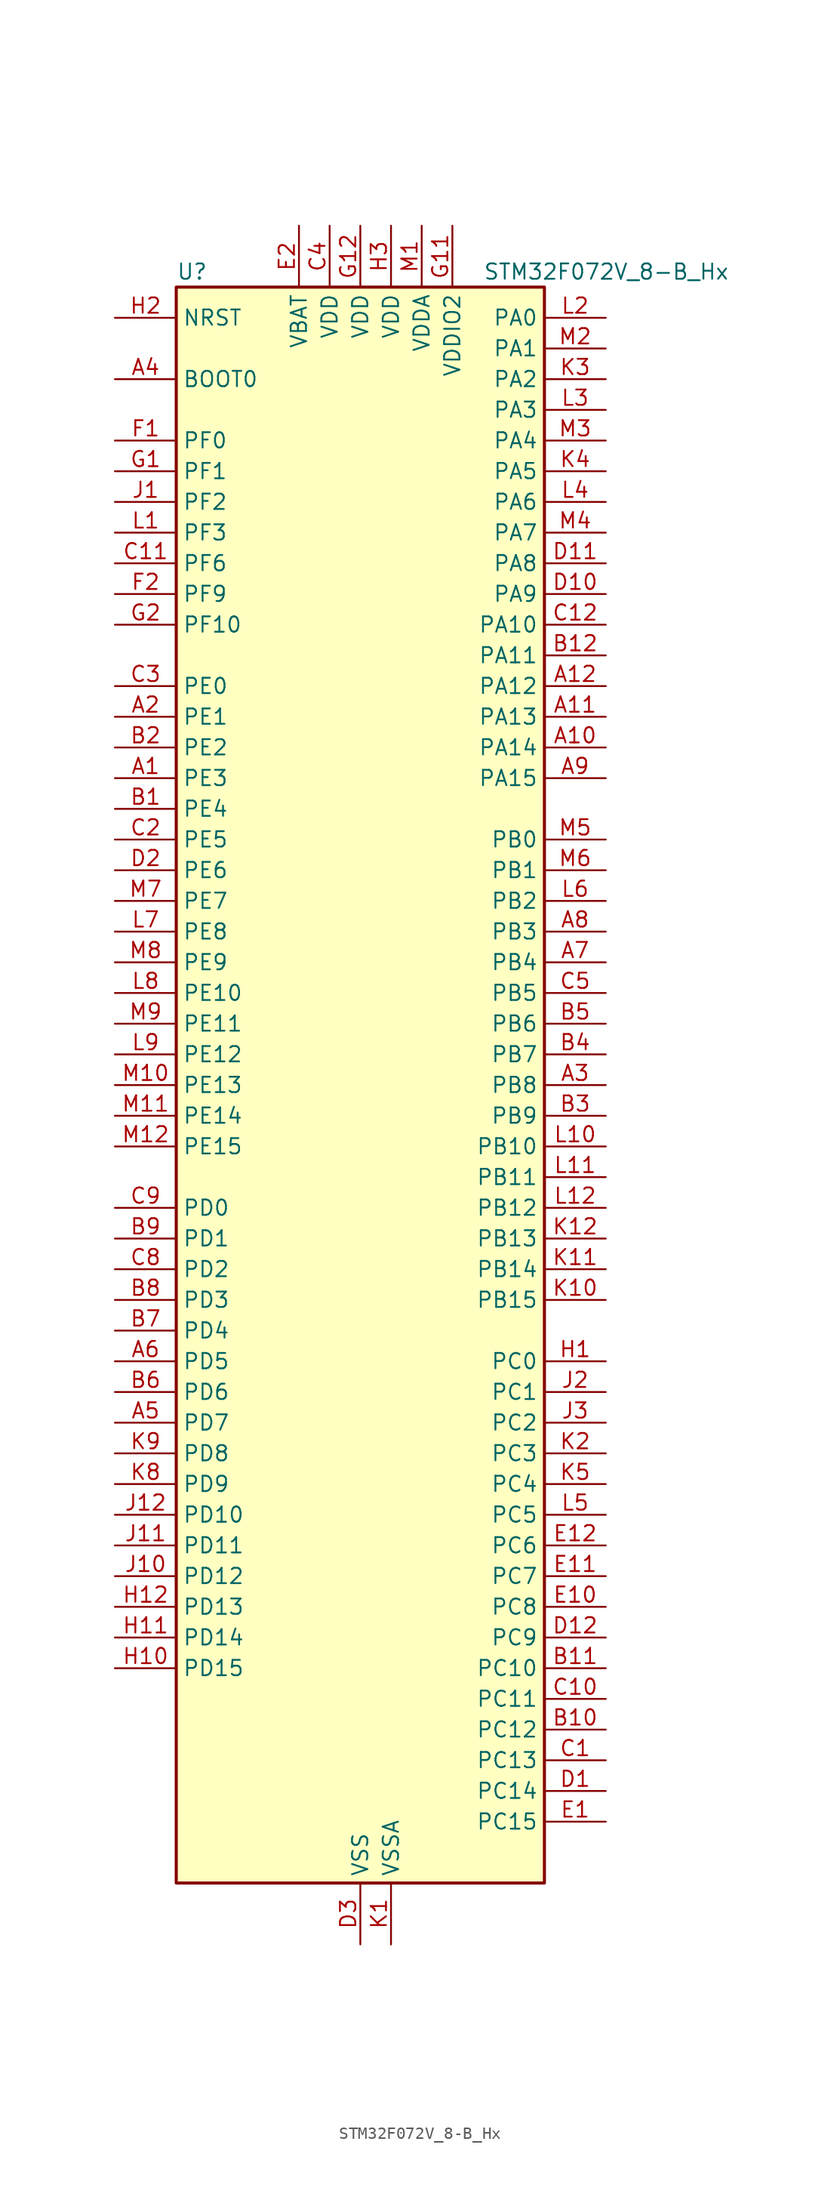
<source format=kicad_sym>
(kicad_symbol_lib
  (version 20220914)
  (generator kicad_symbol_editor)
  (symbol "STM32F072V_8-B_Hx"
    (property "Reference" "U"
      (at -15.24 67.31 0)
      (effects (font (size 1.27 1.27)) (justify left)))
    (property "Value" "STM32F072V_8-B_Hx"
      (at 10.16 67.31 0)
      (effects (font (size 1.27 1.27)) (justify left)))
    (property "ki_locked" ""
      (at 0 0 0)
      (effects (font (size 1.27 1.27))))
    (symbol "STM32F072V_8-B_Hx_0_1"
      (rectangle (start -15.24 -66.04) (end 15.24 66.04) (stroke (width 0.254) (type default)) (fill (type background))))
    (symbol "STM32F072V_8-B_Hx_1_1"
      (pin bidirectional line (at -20.32 25.4 0) (length 5.08) (name "PE3" (effects (font (size 1.27 1.27)))) (number "A1" (effects (font (size 1.27 1.27)))) (alternate "TIM3_CH1" bidirectional line) (alternate "TSC_G7_IO2" bidirectional line))
      (pin bidirectional line (at 20.32 27.94 180) (length 5.08) (name "PA14" (effects (font (size 1.27 1.27)))) (number "A10" (effects (font (size 1.27 1.27)))) (alternate "SYS_SWCLK" bidirectional line) (alternate "USART2_TX" bidirectional line))
      (pin bidirectional line (at 20.32 30.48 180) (length 5.08) (name "PA13" (effects (font (size 1.27 1.27)))) (number "A11" (effects (font (size 1.27 1.27)))) (alternate "IR_OUT" bidirectional line) (alternate "SYS_SWDIO" bidirectional line) (alternate "USB_NOE" bidirectional line))
      (pin bidirectional line (at 20.32 33.02 180) (length 5.08) (name "PA12" (effects (font (size 1.27 1.27)))) (number "A12" (effects (font (size 1.27 1.27)))) (alternate "CAN_TX" bidirectional line) (alternate "COMP2_OUT" bidirectional line) (alternate "TIM1_ETR" bidirectional line) (alternate "TSC_G4_IO4" bidirectional line) (alternate "USART1_DE" bidirectional line) (alternate "USART1_RTS" bidirectional line) (alternate "USB_DP" bidirectional line))
      (pin bidirectional line (at -20.32 30.48 0) (length 5.08) (name "PE1" (effects (font (size 1.27 1.27)))) (number "A2" (effects (font (size 1.27 1.27)))) (alternate "TIM17_CH1" bidirectional line))
      (pin bidirectional line (at 20.32 0 180) (length 5.08) (name "PB8" (effects (font (size 1.27 1.27)))) (number "A3" (effects (font (size 1.27 1.27)))) (alternate "CAN_RX" bidirectional line) (alternate "CEC" bidirectional line) (alternate "I2C1_SCL" bidirectional line) (alternate "TIM16_CH1" bidirectional line) (alternate "TSC_SYNC" bidirectional line))
      (pin input line (at -20.32 58.42 0) (length 5.08) (name "BOOT0" (effects (font (size 1.27 1.27)))) (number "A4" (effects (font (size 1.27 1.27)))))
      (pin bidirectional line (at -20.32 -27.94 0) (length 5.08) (name "PD7" (effects (font (size 1.27 1.27)))) (number "A5" (effects (font (size 1.27 1.27)))) (alternate "USART2_CK" bidirectional line))
      (pin bidirectional line (at -20.32 -22.86 0) (length 5.08) (name "PD5" (effects (font (size 1.27 1.27)))) (number "A6" (effects (font (size 1.27 1.27)))) (alternate "USART2_TX" bidirectional line))
      (pin bidirectional line (at 20.32 10.16 180) (length 5.08) (name "PB4" (effects (font (size 1.27 1.27)))) (number "A7" (effects (font (size 1.27 1.27)))) (alternate "I2S1_MCK" bidirectional line) (alternate "SPI1_MISO" bidirectional line) (alternate "TIM17_BKIN" bidirectional line) (alternate "TIM3_CH1" bidirectional line) (alternate "TSC_G5_IO2" bidirectional line))
      (pin bidirectional line (at 20.32 12.7 180) (length 5.08) (name "PB3" (effects (font (size 1.27 1.27)))) (number "A8" (effects (font (size 1.27 1.27)))) (alternate "I2S1_CK" bidirectional line) (alternate "SPI1_SCK" bidirectional line) (alternate "TIM2_CH2" bidirectional line) (alternate "TSC_G5_IO1" bidirectional line))
      (pin bidirectional line (at 20.32 25.4 180) (length 5.08) (name "PA15" (effects (font (size 1.27 1.27)))) (number "A9" (effects (font (size 1.27 1.27)))) (alternate "I2S1_WS" bidirectional line) (alternate "SPI1_NSS" bidirectional line) (alternate "TIM2_CH1" bidirectional line) (alternate "TIM2_ETR" bidirectional line) (alternate "USART2_RX" bidirectional line) (alternate "USART4_DE" bidirectional line) (alternate "USART4_RTS" bidirectional line))
      (pin bidirectional line (at -20.32 22.86 0) (length 5.08) (name "PE4" (effects (font (size 1.27 1.27)))) (number "B1" (effects (font (size 1.27 1.27)))) (alternate "TIM3_CH2" bidirectional line) (alternate "TSC_G7_IO3" bidirectional line))
      (pin bidirectional line (at 20.32 -53.34 180) (length 5.08) (name "PC12" (effects (font (size 1.27 1.27)))) (number "B10" (effects (font (size 1.27 1.27)))) (alternate "USART3_CK" bidirectional line) (alternate "USART4_CK" bidirectional line))
      (pin bidirectional line (at 20.32 -48.26 180) (length 5.08) (name "PC10" (effects (font (size 1.27 1.27)))) (number "B11" (effects (font (size 1.27 1.27)))) (alternate "USART3_TX" bidirectional line) (alternate "USART4_TX" bidirectional line))
      (pin bidirectional line (at 20.32 35.56 180) (length 5.08) (name "PA11" (effects (font (size 1.27 1.27)))) (number "B12" (effects (font (size 1.27 1.27)))) (alternate "CAN_RX" bidirectional line) (alternate "COMP1_OUT" bidirectional line) (alternate "TIM1_CH4" bidirectional line) (alternate "TSC_G4_IO3" bidirectional line) (alternate "USART1_CTS" bidirectional line) (alternate "USB_DM" bidirectional line))
      (pin bidirectional line (at -20.32 27.94 0) (length 5.08) (name "PE2" (effects (font (size 1.27 1.27)))) (number "B2" (effects (font (size 1.27 1.27)))) (alternate "TIM3_ETR" bidirectional line) (alternate "TSC_G7_IO1" bidirectional line))
      (pin bidirectional line (at 20.32 -2.54 180) (length 5.08) (name "PB9" (effects (font (size 1.27 1.27)))) (number "B3" (effects (font (size 1.27 1.27)))) (alternate "CAN_TX" bidirectional line) (alternate "DAC_EXTI9" bidirectional line) (alternate "I2C1_SDA" bidirectional line) (alternate "I2S2_WS" bidirectional line) (alternate "IR_OUT" bidirectional line) (alternate "SPI2_NSS" bidirectional line) (alternate "TIM17_CH1" bidirectional line))
      (pin bidirectional line (at 20.32 2.54 180) (length 5.08) (name "PB7" (effects (font (size 1.27 1.27)))) (number "B4" (effects (font (size 1.27 1.27)))) (alternate "I2C1_SDA" bidirectional line) (alternate "TIM17_CH1N" bidirectional line) (alternate "TSC_G5_IO4" bidirectional line) (alternate "USART1_RX" bidirectional line) (alternate "USART4_CTS" bidirectional line))
      (pin bidirectional line (at 20.32 5.08 180) (length 5.08) (name "PB6" (effects (font (size 1.27 1.27)))) (number "B5" (effects (font (size 1.27 1.27)))) (alternate "I2C1_SCL" bidirectional line) (alternate "TIM16_CH1N" bidirectional line) (alternate "TSC_G5_IO3" bidirectional line) (alternate "USART1_TX" bidirectional line))
      (pin bidirectional line (at -20.32 -25.4 0) (length 5.08) (name "PD6" (effects (font (size 1.27 1.27)))) (number "B6" (effects (font (size 1.27 1.27)))) (alternate "USART2_RX" bidirectional line))
      (pin bidirectional line (at -20.32 -20.32 0) (length 5.08) (name "PD4" (effects (font (size 1.27 1.27)))) (number "B7" (effects (font (size 1.27 1.27)))) (alternate "I2S2_SD" bidirectional line) (alternate "SPI2_MOSI" bidirectional line) (alternate "USART2_DE" bidirectional line) (alternate "USART2_RTS" bidirectional line))
      (pin bidirectional line (at -20.32 -17.78 0) (length 5.08) (name "PD3" (effects (font (size 1.27 1.27)))) (number "B8" (effects (font (size 1.27 1.27)))) (alternate "I2S2_MCK" bidirectional line) (alternate "SPI2_MISO" bidirectional line) (alternate "USART2_CTS" bidirectional line))
      (pin bidirectional line (at -20.32 -12.7 0) (length 5.08) (name "PD1" (effects (font (size 1.27 1.27)))) (number "B9" (effects (font (size 1.27 1.27)))) (alternate "CAN_TX" bidirectional line) (alternate "I2S2_CK" bidirectional line) (alternate "SPI2_SCK" bidirectional line))
      (pin bidirectional line (at 20.32 -55.88 180) (length 5.08) (name "PC13" (effects (font (size 1.27 1.27)))) (number "C1" (effects (font (size 1.27 1.27)))) (alternate "RTC_OUT_ALARM" bidirectional line) (alternate "RTC_OUT_CALIB" bidirectional line) (alternate "RTC_TAMP1" bidirectional line) (alternate "RTC_TS" bidirectional line) (alternate "SYS_WKUP2" bidirectional line))
      (pin bidirectional line (at 20.32 -50.8 180) (length 5.08) (name "PC11" (effects (font (size 1.27 1.27)))) (number "C10" (effects (font (size 1.27 1.27)))) (alternate "USART3_RX" bidirectional line) (alternate "USART4_RX" bidirectional line))
      (pin bidirectional line (at -20.32 43.18 0) (length 5.08) (name "PF6" (effects (font (size 1.27 1.27)))) (number "C11" (effects (font (size 1.27 1.27)))))
      (pin bidirectional line (at 20.32 38.1 180) (length 5.08) (name "PA10" (effects (font (size 1.27 1.27)))) (number "C12" (effects (font (size 1.27 1.27)))) (alternate "TIM17_BKIN" bidirectional line) (alternate "TIM1_CH3" bidirectional line) (alternate "TSC_G4_IO2" bidirectional line) (alternate "USART1_RX" bidirectional line))
      (pin bidirectional line (at -20.32 20.32 0) (length 5.08) (name "PE5" (effects (font (size 1.27 1.27)))) (number "C2" (effects (font (size 1.27 1.27)))) (alternate "TIM3_CH3" bidirectional line) (alternate "TSC_G7_IO4" bidirectional line))
      (pin bidirectional line (at -20.32 33.02 0) (length 5.08) (name "PE0" (effects (font (size 1.27 1.27)))) (number "C3" (effects (font (size 1.27 1.27)))) (alternate "TIM16_CH1" bidirectional line))
      (pin power_in line (at -2.54 71.12 270) (length 5.08) (name "VDD" (effects (font (size 1.27 1.27)))) (number "C4" (effects (font (size 1.27 1.27)))))
      (pin bidirectional line (at 20.32 7.62 180) (length 5.08) (name "PB5" (effects (font (size 1.27 1.27)))) (number "C5" (effects (font (size 1.27 1.27)))) (alternate "I2C1_SMBA" bidirectional line) (alternate "I2S1_SD" bidirectional line) (alternate "SPI1_MOSI" bidirectional line) (alternate "SYS_WKUP6" bidirectional line) (alternate "TIM16_BKIN" bidirectional line) (alternate "TIM3_CH2" bidirectional line))
      (pin bidirectional line (at -20.32 -15.24 0) (length 5.08) (name "PD2" (effects (font (size 1.27 1.27)))) (number "C8" (effects (font (size 1.27 1.27)))) (alternate "TIM3_ETR" bidirectional line) (alternate "USART3_DE" bidirectional line) (alternate "USART3_RTS" bidirectional line))
      (pin bidirectional line (at -20.32 -10.16 0) (length 5.08) (name "PD0" (effects (font (size 1.27 1.27)))) (number "C9" (effects (font (size 1.27 1.27)))) (alternate "CAN_RX" bidirectional line) (alternate "I2S2_WS" bidirectional line) (alternate "SPI2_NSS" bidirectional line))
      (pin bidirectional line (at 20.32 -58.42 180) (length 5.08) (name "PC14" (effects (font (size 1.27 1.27)))) (number "D1" (effects (font (size 1.27 1.27)))) (alternate "RCC_OSC32_IN" bidirectional line))
      (pin bidirectional line (at 20.32 40.64 180) (length 5.08) (name "PA9" (effects (font (size 1.27 1.27)))) (number "D10" (effects (font (size 1.27 1.27)))) (alternate "DAC_EXTI9" bidirectional line) (alternate "TIM15_BKIN" bidirectional line) (alternate "TIM1_CH2" bidirectional line) (alternate "TSC_G4_IO1" bidirectional line) (alternate "USART1_TX" bidirectional line))
      (pin bidirectional line (at 20.32 43.18 180) (length 5.08) (name "PA8" (effects (font (size 1.27 1.27)))) (number "D11" (effects (font (size 1.27 1.27)))) (alternate "CRS_SYNC" bidirectional line) (alternate "RCC_MCO" bidirectional line) (alternate "TIM1_CH1" bidirectional line) (alternate "USART1_CK" bidirectional line))
      (pin bidirectional line (at 20.32 -45.72 180) (length 5.08) (name "PC9" (effects (font (size 1.27 1.27)))) (number "D12" (effects (font (size 1.27 1.27)))) (alternate "DAC_EXTI9" bidirectional line) (alternate "TIM3_CH4" bidirectional line))
      (pin bidirectional line (at -20.32 17.78 0) (length 5.08) (name "PE6" (effects (font (size 1.27 1.27)))) (number "D2" (effects (font (size 1.27 1.27)))) (alternate "RTC_TAMP3" bidirectional line) (alternate "SYS_WKUP3" bidirectional line) (alternate "TIM3_CH4" bidirectional line))
      (pin power_in line (at 0 -71.12 90) (length 5.08) (name "VSS" (effects (font (size 1.27 1.27)))) (number "D3" (effects (font (size 1.27 1.27)))))
      (pin bidirectional line (at 20.32 -60.96 180) (length 5.08) (name "PC15" (effects (font (size 1.27 1.27)))) (number "E1" (effects (font (size 1.27 1.27)))) (alternate "RCC_OSC32_OUT" bidirectional line))
      (pin bidirectional line (at 20.32 -43.18 180) (length 5.08) (name "PC8" (effects (font (size 1.27 1.27)))) (number "E10" (effects (font (size 1.27 1.27)))) (alternate "TIM3_CH3" bidirectional line))
      (pin bidirectional line (at 20.32 -40.64 180) (length 5.08) (name "PC7" (effects (font (size 1.27 1.27)))) (number "E11" (effects (font (size 1.27 1.27)))) (alternate "TIM3_CH2" bidirectional line))
      (pin bidirectional line (at 20.32 -38.1 180) (length 5.08) (name "PC6" (effects (font (size 1.27 1.27)))) (number "E12" (effects (font (size 1.27 1.27)))) (alternate "TIM3_CH1" bidirectional line))
      (pin power_in line (at -5.08 71.12 270) (length 5.08) (name "VBAT" (effects (font (size 1.27 1.27)))) (number "E2" (effects (font (size 1.27 1.27)))))
      (pin no_connect line (at -15.24 -66.04 0) (length 5.08) hide (name "NC" (effects (font (size 1.27 1.27)))) (number "E3" (effects (font (size 1.27 1.27)))))
      (pin bidirectional line (at -20.32 53.34 0) (length 5.08) (name "PF0" (effects (font (size 1.27 1.27)))) (number "F1" (effects (font (size 1.27 1.27)))) (alternate "CRS_SYNC" bidirectional line) (alternate "RCC_OSC_IN" bidirectional line))
      (pin passive line (at 0 -71.12 90) (length 5.08) hide (name "VSS" (effects (font (size 1.27 1.27)))) (number "F11" (effects (font (size 1.27 1.27)))))
      (pin passive line (at 0 -71.12 90) (length 5.08) hide (name "VSS" (effects (font (size 1.27 1.27)))) (number "F12" (effects (font (size 1.27 1.27)))))
      (pin bidirectional line (at -20.32 40.64 0) (length 5.08) (name "PF9" (effects (font (size 1.27 1.27)))) (number "F2" (effects (font (size 1.27 1.27)))) (alternate "DAC_EXTI9" bidirectional line) (alternate "TIM15_CH1" bidirectional line))
      (pin bidirectional line (at -20.32 50.8 0) (length 5.08) (name "PF1" (effects (font (size 1.27 1.27)))) (number "G1" (effects (font (size 1.27 1.27)))) (alternate "RCC_OSC_OUT" bidirectional line))
      (pin power_in line (at 7.62 71.12 270) (length 5.08) (name "VDDIO2" (effects (font (size 1.27 1.27)))) (number "G11" (effects (font (size 1.27 1.27)))))
      (pin power_in line (at 0 71.12 270) (length 5.08) (name "VDD" (effects (font (size 1.27 1.27)))) (number "G12" (effects (font (size 1.27 1.27)))))
      (pin bidirectional line (at -20.32 38.1 0) (length 5.08) (name "PF10" (effects (font (size 1.27 1.27)))) (number "G2" (effects (font (size 1.27 1.27)))) (alternate "TIM15_CH2" bidirectional line))
      (pin bidirectional line (at 20.32 -22.86 180) (length 5.08) (name "PC0" (effects (font (size 1.27 1.27)))) (number "H1" (effects (font (size 1.27 1.27)))) (alternate "ADC_IN10" bidirectional line))
      (pin bidirectional line (at -20.32 -48.26 0) (length 5.08) (name "PD15" (effects (font (size 1.27 1.27)))) (number "H10" (effects (font (size 1.27 1.27)))) (alternate "CRS_SYNC" bidirectional line) (alternate "TSC_G8_IO4" bidirectional line))
      (pin bidirectional line (at -20.32 -45.72 0) (length 5.08) (name "PD14" (effects (font (size 1.27 1.27)))) (number "H11" (effects (font (size 1.27 1.27)))) (alternate "TSC_G8_IO3" bidirectional line))
      (pin bidirectional line (at -20.32 -43.18 0) (length 5.08) (name "PD13" (effects (font (size 1.27 1.27)))) (number "H12" (effects (font (size 1.27 1.27)))) (alternate "TSC_G8_IO2" bidirectional line))
      (pin input line (at -20.32 63.5 0) (length 5.08) (name "NRST" (effects (font (size 1.27 1.27)))) (number "H2" (effects (font (size 1.27 1.27)))))
      (pin power_in line (at 2.54 71.12 270) (length 5.08) (name "VDD" (effects (font (size 1.27 1.27)))) (number "H3" (effects (font (size 1.27 1.27)))))
      (pin bidirectional line (at -20.32 48.26 0) (length 5.08) (name "PF2" (effects (font (size 1.27 1.27)))) (number "J1" (effects (font (size 1.27 1.27)))) (alternate "SYS_WKUP8" bidirectional line))
      (pin bidirectional line (at -20.32 -40.64 0) (length 5.08) (name "PD12" (effects (font (size 1.27 1.27)))) (number "J10" (effects (font (size 1.27 1.27)))) (alternate "TSC_G8_IO1" bidirectional line) (alternate "USART3_DE" bidirectional line) (alternate "USART3_RTS" bidirectional line))
      (pin bidirectional line (at -20.32 -38.1 0) (length 5.08) (name "PD11" (effects (font (size 1.27 1.27)))) (number "J11" (effects (font (size 1.27 1.27)))) (alternate "USART3_CTS" bidirectional line))
      (pin bidirectional line (at -20.32 -35.56 0) (length 5.08) (name "PD10" (effects (font (size 1.27 1.27)))) (number "J12" (effects (font (size 1.27 1.27)))) (alternate "USART3_CK" bidirectional line))
      (pin bidirectional line (at 20.32 -25.4 180) (length 5.08) (name "PC1" (effects (font (size 1.27 1.27)))) (number "J2" (effects (font (size 1.27 1.27)))) (alternate "ADC_IN11" bidirectional line))
      (pin bidirectional line (at 20.32 -27.94 180) (length 5.08) (name "PC2" (effects (font (size 1.27 1.27)))) (number "J3" (effects (font (size 1.27 1.27)))) (alternate "ADC_IN12" bidirectional line) (alternate "I2S2_MCK" bidirectional line) (alternate "SPI2_MISO" bidirectional line))
      (pin power_in line (at 2.54 -71.12 90) (length 5.08) (name "VSSA" (effects (font (size 1.27 1.27)))) (number "K1" (effects (font (size 1.27 1.27)))))
      (pin bidirectional line (at 20.32 -17.78 180) (length 5.08) (name "PB15" (effects (font (size 1.27 1.27)))) (number "K10" (effects (font (size 1.27 1.27)))) (alternate "I2S2_SD" bidirectional line) (alternate "RTC_REFIN" bidirectional line) (alternate "SPI2_MOSI" bidirectional line) (alternate "SYS_WKUP7" bidirectional line) (alternate "TIM15_CH1N" bidirectional line) (alternate "TIM15_CH2" bidirectional line) (alternate "TIM1_CH3N" bidirectional line))
      (pin bidirectional line (at 20.32 -15.24 180) (length 5.08) (name "PB14" (effects (font (size 1.27 1.27)))) (number "K11" (effects (font (size 1.27 1.27)))) (alternate "I2C2_SDA" bidirectional line) (alternate "I2S2_MCK" bidirectional line) (alternate "SPI2_MISO" bidirectional line) (alternate "TIM15_CH1" bidirectional line) (alternate "TIM1_CH2N" bidirectional line) (alternate "TSC_G6_IO4" bidirectional line) (alternate "USART3_DE" bidirectional line) (alternate "USART3_RTS" bidirectional line))
      (pin bidirectional line (at 20.32 -12.7 180) (length 5.08) (name "PB13" (effects (font (size 1.27 1.27)))) (number "K12" (effects (font (size 1.27 1.27)))) (alternate "I2C2_SCL" bidirectional line) (alternate "I2S2_CK" bidirectional line) (alternate "SPI2_SCK" bidirectional line) (alternate "TIM1_CH1N" bidirectional line) (alternate "TSC_G6_IO3" bidirectional line) (alternate "USART3_CTS" bidirectional line))
      (pin bidirectional line (at 20.32 -30.48 180) (length 5.08) (name "PC3" (effects (font (size 1.27 1.27)))) (number "K2" (effects (font (size 1.27 1.27)))) (alternate "ADC_IN13" bidirectional line) (alternate "I2S2_SD" bidirectional line) (alternate "SPI2_MOSI" bidirectional line))
      (pin bidirectional line (at 20.32 58.42 180) (length 5.08) (name "PA2" (effects (font (size 1.27 1.27)))) (number "K3" (effects (font (size 1.27 1.27)))) (alternate "ADC_IN2" bidirectional line) (alternate "COMP2_INM" bidirectional line) (alternate "COMP2_OUT" bidirectional line) (alternate "SYS_WKUP4" bidirectional line) (alternate "TIM15_CH1" bidirectional line) (alternate "TIM2_CH3" bidirectional line) (alternate "TSC_G1_IO3" bidirectional line) (alternate "USART2_TX" bidirectional line))
      (pin bidirectional line (at 20.32 50.8 180) (length 5.08) (name "PA5" (effects (font (size 1.27 1.27)))) (number "K4" (effects (font (size 1.27 1.27)))) (alternate "ADC_IN5" bidirectional line) (alternate "CEC" bidirectional line) (alternate "COMP1_INM" bidirectional line) (alternate "COMP2_INM" bidirectional line) (alternate "DAC_OUT2" bidirectional line) (alternate "I2S1_CK" bidirectional line) (alternate "SPI1_SCK" bidirectional line) (alternate "TIM2_CH1" bidirectional line) (alternate "TIM2_ETR" bidirectional line) (alternate "TSC_G2_IO2" bidirectional line))
      (pin bidirectional line (at 20.32 -33.02 180) (length 5.08) (name "PC4" (effects (font (size 1.27 1.27)))) (number "K5" (effects (font (size 1.27 1.27)))) (alternate "ADC_IN14" bidirectional line) (alternate "USART3_TX" bidirectional line))
      (pin bidirectional line (at -20.32 -33.02 0) (length 5.08) (name "PD9" (effects (font (size 1.27 1.27)))) (number "K8" (effects (font (size 1.27 1.27)))) (alternate "DAC_EXTI9" bidirectional line) (alternate "USART3_RX" bidirectional line))
      (pin bidirectional line (at -20.32 -30.48 0) (length 5.08) (name "PD8" (effects (font (size 1.27 1.27)))) (number "K9" (effects (font (size 1.27 1.27)))) (alternate "USART3_TX" bidirectional line))
      (pin bidirectional line (at -20.32 45.72 0) (length 5.08) (name "PF3" (effects (font (size 1.27 1.27)))) (number "L1" (effects (font (size 1.27 1.27)))))
      (pin bidirectional line (at 20.32 -5.08 180) (length 5.08) (name "PB10" (effects (font (size 1.27 1.27)))) (number "L10" (effects (font (size 1.27 1.27)))) (alternate "CEC" bidirectional line) (alternate "I2C2_SCL" bidirectional line) (alternate "I2S2_CK" bidirectional line) (alternate "SPI2_SCK" bidirectional line) (alternate "TIM2_CH3" bidirectional line) (alternate "TSC_SYNC" bidirectional line) (alternate "USART3_TX" bidirectional line))
      (pin bidirectional line (at 20.32 -7.62 180) (length 5.08) (name "PB11" (effects (font (size 1.27 1.27)))) (number "L11" (effects (font (size 1.27 1.27)))) (alternate "I2C2_SDA" bidirectional line) (alternate "TIM2_CH4" bidirectional line) (alternate "TSC_G6_IO1" bidirectional line) (alternate "USART3_RX" bidirectional line))
      (pin bidirectional line (at 20.32 -10.16 180) (length 5.08) (name "PB12" (effects (font (size 1.27 1.27)))) (number "L12" (effects (font (size 1.27 1.27)))) (alternate "I2S2_WS" bidirectional line) (alternate "SPI2_NSS" bidirectional line) (alternate "TIM15_BKIN" bidirectional line) (alternate "TIM1_BKIN" bidirectional line) (alternate "TSC_G6_IO2" bidirectional line) (alternate "USART3_CK" bidirectional line))
      (pin bidirectional line (at 20.32 63.5 180) (length 5.08) (name "PA0" (effects (font (size 1.27 1.27)))) (number "L2" (effects (font (size 1.27 1.27)))) (alternate "ADC_IN0" bidirectional line) (alternate "COMP1_INM" bidirectional line) (alternate "COMP1_OUT" bidirectional line) (alternate "RTC_TAMP2" bidirectional line) (alternate "SYS_WKUP1" bidirectional line) (alternate "TIM2_CH1" bidirectional line) (alternate "TIM2_ETR" bidirectional line) (alternate "TSC_G1_IO1" bidirectional line) (alternate "USART2_CTS" bidirectional line) (alternate "USART4_TX" bidirectional line))
      (pin bidirectional line (at 20.32 55.88 180) (length 5.08) (name "PA3" (effects (font (size 1.27 1.27)))) (number "L3" (effects (font (size 1.27 1.27)))) (alternate "ADC_IN3" bidirectional line) (alternate "COMP2_INP" bidirectional line) (alternate "TIM15_CH2" bidirectional line) (alternate "TIM2_CH4" bidirectional line) (alternate "TSC_G1_IO4" bidirectional line) (alternate "USART2_RX" bidirectional line))
      (pin bidirectional line (at 20.32 48.26 180) (length 5.08) (name "PA6" (effects (font (size 1.27 1.27)))) (number "L4" (effects (font (size 1.27 1.27)))) (alternate "ADC_IN6" bidirectional line) (alternate "COMP1_OUT" bidirectional line) (alternate "I2S1_MCK" bidirectional line) (alternate "SPI1_MISO" bidirectional line) (alternate "TIM16_CH1" bidirectional line) (alternate "TIM1_BKIN" bidirectional line) (alternate "TIM3_CH1" bidirectional line) (alternate "TSC_G2_IO3" bidirectional line) (alternate "USART3_CTS" bidirectional line))
      (pin bidirectional line (at 20.32 -35.56 180) (length 5.08) (name "PC5" (effects (font (size 1.27 1.27)))) (number "L5" (effects (font (size 1.27 1.27)))) (alternate "ADC_IN15" bidirectional line) (alternate "SYS_WKUP5" bidirectional line) (alternate "TSC_G3_IO1" bidirectional line) (alternate "USART3_RX" bidirectional line))
      (pin bidirectional line (at 20.32 15.24 180) (length 5.08) (name "PB2" (effects (font (size 1.27 1.27)))) (number "L6" (effects (font (size 1.27 1.27)))) (alternate "TSC_G3_IO4" bidirectional line))
      (pin bidirectional line (at -20.32 12.7 0) (length 5.08) (name "PE8" (effects (font (size 1.27 1.27)))) (number "L7" (effects (font (size 1.27 1.27)))) (alternate "TIM1_CH1N" bidirectional line))
      (pin bidirectional line (at -20.32 7.62 0) (length 5.08) (name "PE10" (effects (font (size 1.27 1.27)))) (number "L8" (effects (font (size 1.27 1.27)))) (alternate "TIM1_CH2N" bidirectional line))
      (pin bidirectional line (at -20.32 2.54 0) (length 5.08) (name "PE12" (effects (font (size 1.27 1.27)))) (number "L9" (effects (font (size 1.27 1.27)))) (alternate "I2S1_WS" bidirectional line) (alternate "SPI1_NSS" bidirectional line) (alternate "TIM1_CH3N" bidirectional line))
      (pin power_in line (at 5.08 71.12 270) (length 5.08) (name "VDDA" (effects (font (size 1.27 1.27)))) (number "M1" (effects (font (size 1.27 1.27)))))
      (pin bidirectional line (at -20.32 0 0) (length 5.08) (name "PE13" (effects (font (size 1.27 1.27)))) (number "M10" (effects (font (size 1.27 1.27)))) (alternate "I2S1_CK" bidirectional line) (alternate "SPI1_SCK" bidirectional line) (alternate "TIM1_CH3" bidirectional line))
      (pin bidirectional line (at -20.32 -2.54 0) (length 5.08) (name "PE14" (effects (font (size 1.27 1.27)))) (number "M11" (effects (font (size 1.27 1.27)))) (alternate "I2S1_MCK" bidirectional line) (alternate "SPI1_MISO" bidirectional line) (alternate "TIM1_CH4" bidirectional line))
      (pin bidirectional line (at -20.32 -5.08 0) (length 5.08) (name "PE15" (effects (font (size 1.27 1.27)))) (number "M12" (effects (font (size 1.27 1.27)))) (alternate "I2S1_SD" bidirectional line) (alternate "SPI1_MOSI" bidirectional line) (alternate "TIM1_BKIN" bidirectional line))
      (pin bidirectional line (at 20.32 60.96 180) (length 5.08) (name "PA1" (effects (font (size 1.27 1.27)))) (number "M2" (effects (font (size 1.27 1.27)))) (alternate "ADC_IN1" bidirectional line) (alternate "COMP1_INP" bidirectional line) (alternate "TIM15_CH1N" bidirectional line) (alternate "TIM2_CH2" bidirectional line) (alternate "TSC_G1_IO2" bidirectional line) (alternate "USART2_DE" bidirectional line) (alternate "USART2_RTS" bidirectional line) (alternate "USART4_RX" bidirectional line))
      (pin bidirectional line (at 20.32 53.34 180) (length 5.08) (name "PA4" (effects (font (size 1.27 1.27)))) (number "M3" (effects (font (size 1.27 1.27)))) (alternate "ADC_IN4" bidirectional line) (alternate "COMP1_INM" bidirectional line) (alternate "COMP2_INM" bidirectional line) (alternate "DAC_OUT1" bidirectional line) (alternate "I2S1_WS" bidirectional line) (alternate "SPI1_NSS" bidirectional line) (alternate "TIM14_CH1" bidirectional line) (alternate "TSC_G2_IO1" bidirectional line) (alternate "USART2_CK" bidirectional line))
      (pin bidirectional line (at 20.32 45.72 180) (length 5.08) (name "PA7" (effects (font (size 1.27 1.27)))) (number "M4" (effects (font (size 1.27 1.27)))) (alternate "ADC_IN7" bidirectional line) (alternate "COMP2_OUT" bidirectional line) (alternate "I2S1_SD" bidirectional line) (alternate "SPI1_MOSI" bidirectional line) (alternate "TIM14_CH1" bidirectional line) (alternate "TIM17_CH1" bidirectional line) (alternate "TIM1_CH1N" bidirectional line) (alternate "TIM3_CH2" bidirectional line) (alternate "TSC_G2_IO4" bidirectional line))
      (pin bidirectional line (at 20.32 20.32 180) (length 5.08) (name "PB0" (effects (font (size 1.27 1.27)))) (number "M5" (effects (font (size 1.27 1.27)))) (alternate "ADC_IN8" bidirectional line) (alternate "TIM1_CH2N" bidirectional line) (alternate "TIM3_CH3" bidirectional line) (alternate "TSC_G3_IO2" bidirectional line) (alternate "USART3_CK" bidirectional line))
      (pin bidirectional line (at 20.32 17.78 180) (length 5.08) (name "PB1" (effects (font (size 1.27 1.27)))) (number "M6" (effects (font (size 1.27 1.27)))) (alternate "ADC_IN9" bidirectional line) (alternate "TIM14_CH1" bidirectional line) (alternate "TIM1_CH3N" bidirectional line) (alternate "TIM3_CH4" bidirectional line) (alternate "TSC_G3_IO3" bidirectional line) (alternate "USART3_DE" bidirectional line) (alternate "USART3_RTS" bidirectional line))
      (pin bidirectional line (at -20.32 15.24 0) (length 5.08) (name "PE7" (effects (font (size 1.27 1.27)))) (number "M7" (effects (font (size 1.27 1.27)))) (alternate "TIM1_ETR" bidirectional line))
      (pin bidirectional line (at -20.32 10.16 0) (length 5.08) (name "PE9" (effects (font (size 1.27 1.27)))) (number "M8" (effects (font (size 1.27 1.27)))) (alternate "DAC_EXTI9" bidirectional line) (alternate "TIM1_CH1" bidirectional line))
      (pin bidirectional line (at -20.32 5.08 0) (length 5.08) (name "PE11" (effects (font (size 1.27 1.27)))) (number "M9" (effects (font (size 1.27 1.27)))) (alternate "TIM1_CH2" bidirectional line)))))
</source>
